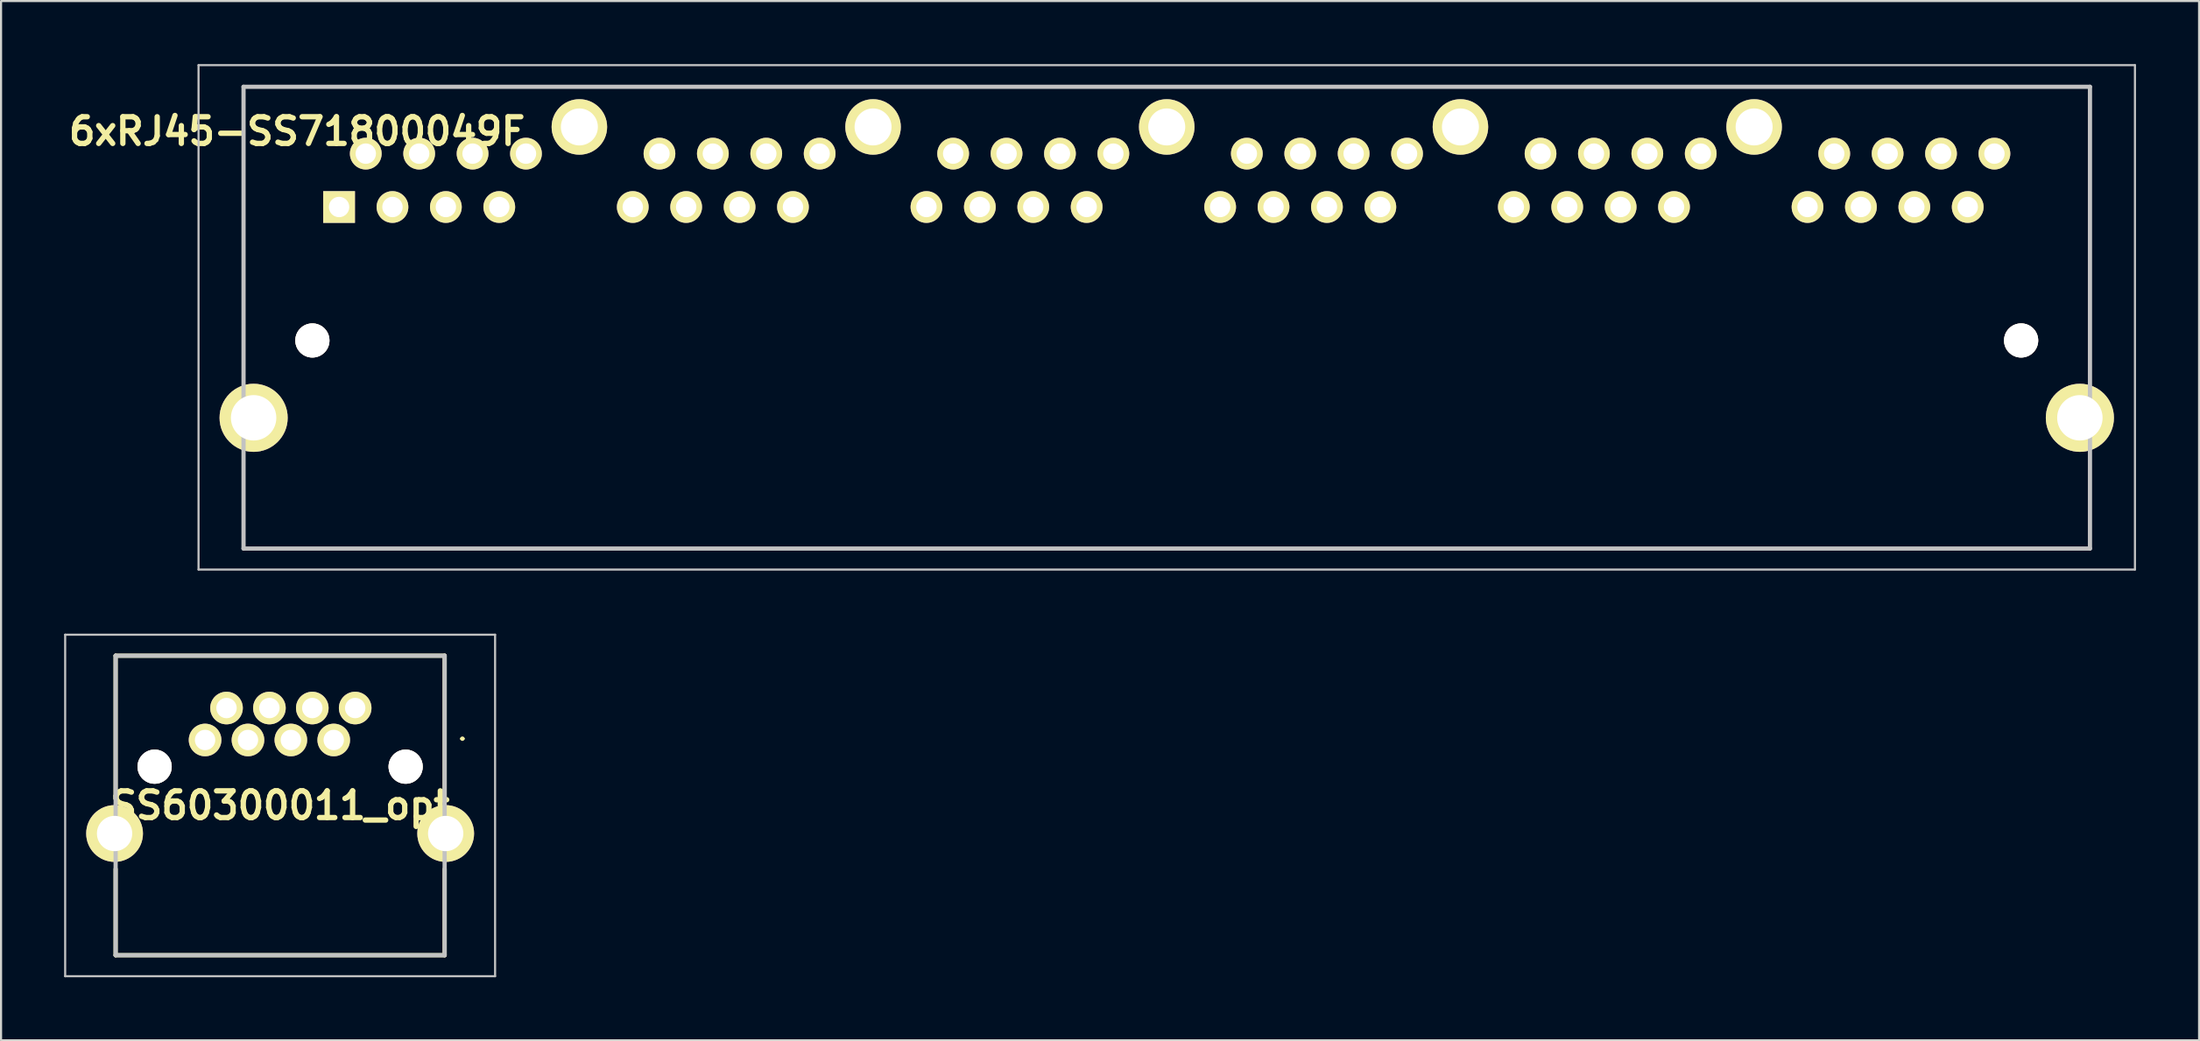
<source format=kicad_pcb>
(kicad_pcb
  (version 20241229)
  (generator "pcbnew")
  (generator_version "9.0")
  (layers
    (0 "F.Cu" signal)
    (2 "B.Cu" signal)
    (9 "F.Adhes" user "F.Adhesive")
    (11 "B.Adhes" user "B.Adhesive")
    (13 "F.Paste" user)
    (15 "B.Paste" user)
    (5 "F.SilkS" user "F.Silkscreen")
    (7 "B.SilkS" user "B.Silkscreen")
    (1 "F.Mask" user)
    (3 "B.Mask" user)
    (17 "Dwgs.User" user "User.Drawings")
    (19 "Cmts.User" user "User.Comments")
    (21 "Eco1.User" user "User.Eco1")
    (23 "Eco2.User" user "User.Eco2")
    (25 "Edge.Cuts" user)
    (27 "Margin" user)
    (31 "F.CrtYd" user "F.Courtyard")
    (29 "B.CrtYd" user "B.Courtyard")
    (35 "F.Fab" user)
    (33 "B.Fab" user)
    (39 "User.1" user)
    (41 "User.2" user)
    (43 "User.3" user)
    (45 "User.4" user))
  (footprint "6xRJ45-SS71800049F"
    (layer "F.Cu")
    (at 13.079 6.8)
    (property "Reference" "6xRJ45-SS71800049F" (at -2 -3.6 0) (layer "F.SilkS") (effects (font (size 1.27 1.27) (thickness 0.254))))
    (attr through_hole)
    (fp_line (start -4.545 -5.75) (end -4.545 -5.72) (stroke (width 0.1) (type solid)) (layer "F.SilkS"))
    (fp_line (start -4.545 -5.72) (end -4.545 -5.72) (stroke (width 0.1) (type solid)) (layer "F.SilkS"))
    (fp_line (start -4.545 -5.72) (end -4.545 7) (stroke (width 0.1) (type solid)) (layer "F.SilkS"))
    (fp_line (start -4.545 -5.72) (end 83.25 -5.72) (stroke (width 0.1) (type solid)) (layer "F.SilkS"))
    (fp_line (start -4.545 7) (end -4.545 -5.72) (stroke (width 0.1) (type solid)) (layer "F.SilkS"))
    (fp_line (start -4.545 7) (end -4.545 7) (stroke (width 0.1) (type solid)) (layer "F.SilkS"))
    (fp_line (start -4.545 12.5) (end -4.545 12.5) (stroke (width 0.1) (type solid)) (layer "F.SilkS"))
    (fp_line (start -4.545 12.5) (end -4.545 16.25) (stroke (width 0.1) (type solid)) (layer "F.SilkS"))
    (fp_line (start -4.545 16.25) (end -4.545 12.5) (stroke (width 0.1) (type solid)) (layer "F.SilkS"))
    (fp_line (start -4.545 16.25) (end -4.545 16.25) (stroke (width 0.1) (type solid)) (layer "F.SilkS"))
    (fp_line (start -4.5 16.25) (end -4.5 16.25) (stroke (width 0.1) (type solid)) (layer "F.SilkS"))
    (fp_line (start -4.5 16.25) (end 83.285 16.25) (stroke (width 0.1) (type solid)) (layer "F.SilkS"))
    (fp_line (start 83.25 -5.75) (end -4.545 -5.75) (stroke (width 0.1) (type solid)) (layer "F.SilkS"))
    (fp_line (start 83.25 -5.72) (end 83.25 -5.75) (stroke (width 0.1) (type solid)) (layer "F.SilkS"))
    (fp_line (start 83.25 -5.72) (end 83.285 -5.72) (stroke (width 0.1) (type solid)) (layer "F.SilkS"))
    (fp_line (start 83.25 7.5) (end 83.25 -5.72) (stroke (width 0.1) (type solid)) (layer "F.SilkS"))
    (fp_line (start 83.285 -5.72) (end 83.285 7.5) (stroke (width 0.1) (type solid)) (layer "F.SilkS"))
    (fp_line (start 83.285 7.5) (end 83.25 7.5) (stroke (width 0.1) (type solid)) (layer "F.SilkS"))
    (fp_line (start 83.285 12.5) (end 83.285 12.5) (stroke (width 0.1) (type solid)) (layer "F.SilkS"))
    (fp_line (start 83.285 12.5) (end 83.285 16.25) (stroke (width 0.1) (type solid)) (layer "F.SilkS"))
    (fp_line (start 83.285 16.25) (end -4.5 16.25) (stroke (width 0.1) (type solid)) (layer "F.SilkS"))
    (fp_line (start 83.285 16.25) (end 83.285 12.5) (stroke (width 0.1) (type solid)) (layer "F.SilkS"))
    (fp_line (start 83.285 16.25) (end 83.285 16.25) (stroke (width 0.1) (type solid)) (layer "F.SilkS"))
    (fp_line (start 83.285 16.25) (end 83.285 16.25) (stroke (width 0.1) (type solid)) (layer "F.SilkS"))
    (fp_line (start -6.685 -6.75) (end 85.425 -6.75) (stroke (width 0.1) (type solid)) (layer "Dwgs.User"))
    (fp_line (start -6.685 17.25) (end -6.685 -6.75) (stroke (width 0.1) (type solid)) (layer "Dwgs.User"))
    (fp_line (start -4.545 -5.72) (end -4.545 16.25) (stroke (width 0.2) (type solid)) (layer "Dwgs.User"))
    (fp_line (start -4.545 16.25) (end 83.285 16.25) (stroke (width 0.2) (type solid)) (layer "Dwgs.User"))
    (fp_line (start 83.285 -5.72) (end -4.545 -5.72) (stroke (width 0.2) (type solid)) (layer "Dwgs.User"))
    (fp_line (start 83.285 16.25) (end 83.285 -5.72) (stroke (width 0.2) (type solid)) (layer "Dwgs.User"))
    (fp_line (start 85.425 -6.75) (end 85.425 17.25) (stroke (width 0.1) (type solid)) (layer "Dwgs.User"))
    (fp_line (start 85.425 17.25) (end -6.685 17.25) (stroke (width 0.1) (type solid)) (layer "Dwgs.User"))
    (pad "0" thru_hole circle (at -4.065 10.03 90) (size 3.24 3.24) (drill 2.16) (layers "*.Cu" "*.Mask" "F.SilkS"))
    (pad "0" thru_hole circle (at 11.43 -3.81 90) (size 2.64 2.64) (drill 1.76) (layers "*.Cu" "*.Mask" "F.SilkS"))
    (pad "0" thru_hole circle (at 25.4 -3.81 90) (size 2.64 2.64) (drill 1.76) (layers "*.Cu" "*.Mask" "F.SilkS"))
    (pad "0" thru_hole circle (at 39.37 -3.81 90) (size 2.64 2.64) (drill 1.76) (layers "*.Cu" "*.Mask" "F.SilkS"))
    (pad "0" thru_hole circle (at 53.34 -3.81 90) (size 2.64 2.64) (drill 1.76) (layers "*.Cu" "*.Mask" "F.SilkS"))
    (pad "0" thru_hole circle (at 67.31 -3.81 90) (size 2.64 2.64) (drill 1.76) (layers "*.Cu" "*.Mask" "F.SilkS"))
    (pad "0" thru_hole circle (at 82.805 10.03 90) (size 3.24 3.24) (drill 2.16) (layers "*.Cu" "*.Mask" "F.SilkS"))
    (pad "1" thru_hole rect (at 0 0 90) (size 1.509 1.509) (drill 0.97) (layers "*.Cu" "*.Mask" "F.SilkS"))
    (pad "2" thru_hole circle (at 1.27 -2.54 90) (size 1.509 1.509) (drill 0.97) (layers "*.Cu" "*.Mask" "F.SilkS"))
    (pad "3" thru_hole circle (at 2.54 0 90) (size 1.509 1.509) (drill 0.97) (layers "*.Cu" "*.Mask" "F.SilkS"))
    (pad "4" thru_hole circle (at 3.81 -2.54 90) (size 1.509 1.509) (drill 0.97) (layers "*.Cu" "*.Mask" "F.SilkS"))
    (pad "5" thru_hole circle (at 5.08 0 90) (size 1.509 1.509) (drill 0.97) (layers "*.Cu" "*.Mask" "F.SilkS"))
    (pad "6" thru_hole circle (at 6.35 -2.54 90) (size 1.509 1.509) (drill 0.97) (layers "*.Cu" "*.Mask" "F.SilkS"))
    (pad "7" thru_hole circle (at 7.62 0 90) (size 1.509 1.509) (drill 0.97) (layers "*.Cu" "*.Mask" "F.SilkS"))
    (pad "8" thru_hole circle (at 8.89 -2.54 90) (size 1.509 1.509) (drill 0.97) (layers "*.Cu" "*.Mask" "F.SilkS"))
    (pad "9" thru_hole circle (at 13.97 0 90) (size 1.509 1.509) (drill 0.97) (layers "*.Cu" "*.Mask" "F.SilkS"))
    (pad "10" thru_hole circle (at 15.24 -2.54 90) (size 1.509 1.509) (drill 0.97) (layers "*.Cu" "*.Mask" "F.SilkS"))
    (pad "11" thru_hole circle (at 16.51 0 90) (size 1.509 1.509) (drill 0.97) (layers "*.Cu" "*.Mask" "F.SilkS"))
    (pad "12" thru_hole circle (at 17.78 -2.54 90) (size 1.509 1.509) (drill 0.97) (layers "*.Cu" "*.Mask" "F.SilkS"))
    (pad "13" thru_hole circle (at 19.05 0 90) (size 1.509 1.509) (drill 0.97) (layers "*.Cu" "*.Mask" "F.SilkS"))
    (pad "14" thru_hole circle (at 20.32 -2.54 90) (size 1.509 1.509) (drill 0.97) (layers "*.Cu" "*.Mask" "F.SilkS"))
    (pad "15" thru_hole circle (at 21.59 0 90) (size 1.509 1.509) (drill 0.97) (layers "*.Cu" "*.Mask" "F.SilkS"))
    (pad "16" thru_hole circle (at 22.86 -2.54 90) (size 1.509 1.509) (drill 0.97) (layers "*.Cu" "*.Mask" "F.SilkS"))
    (pad "17" thru_hole circle (at 27.94 0 90) (size 1.509 1.509) (drill 0.97) (layers "*.Cu" "*.Mask" "F.SilkS"))
    (pad "18" thru_hole circle (at 29.21 -2.54 90) (size 1.509 1.509) (drill 0.97) (layers "*.Cu" "*.Mask" "F.SilkS"))
    (pad "19" thru_hole circle (at 30.48 0 90) (size 1.509 1.509) (drill 0.97) (layers "*.Cu" "*.Mask" "F.SilkS"))
    (pad "20" thru_hole circle (at 31.75 -2.54 90) (size 1.509 1.509) (drill 0.97) (layers "*.Cu" "*.Mask" "F.SilkS"))
    (pad "21" thru_hole circle (at 33.02 0 90) (size 1.509 1.509) (drill 0.97) (layers "*.Cu" "*.Mask" "F.SilkS"))
    (pad "22" thru_hole circle (at 34.29 -2.54 90) (size 1.509 1.509) (drill 0.97) (layers "*.Cu" "*.Mask" "F.SilkS"))
    (pad "23" thru_hole circle (at 35.56 0 90) (size 1.509 1.509) (drill 0.97) (layers "*.Cu" "*.Mask" "F.SilkS"))
    (pad "24" thru_hole circle (at 36.83 -2.54 90) (size 1.509 1.509) (drill 0.97) (layers "*.Cu" "*.Mask" "F.SilkS"))
    (pad "25" thru_hole circle (at 41.91 0 90) (size 1.509 1.509) (drill 0.97) (layers "*.Cu" "*.Mask" "F.SilkS"))
    (pad "26" thru_hole circle (at 43.18 -2.54 90) (size 1.509 1.509) (drill 0.97) (layers "*.Cu" "*.Mask" "F.SilkS"))
    (pad "27" thru_hole circle (at 44.45 0 90) (size 1.509 1.509) (drill 0.97) (layers "*.Cu" "*.Mask" "F.SilkS"))
    (pad "28" thru_hole circle (at 45.72 -2.54 90) (size 1.509 1.509) (drill 0.97) (layers "*.Cu" "*.Mask" "F.SilkS"))
    (pad "29" thru_hole circle (at 46.99 0 90) (size 1.509 1.509) (drill 0.97) (layers "*.Cu" "*.Mask" "F.SilkS"))
    (pad "30" thru_hole circle (at 48.26 -2.54 90) (size 1.509 1.509) (drill 0.97) (layers "*.Cu" "*.Mask" "F.SilkS"))
    (pad "31" thru_hole circle (at 49.53 0 90) (size 1.509 1.509) (drill 0.97) (layers "*.Cu" "*.Mask" "F.SilkS"))
    (pad "32" thru_hole circle (at 50.8 -2.54 90) (size 1.509 1.509) (drill 0.97) (layers "*.Cu" "*.Mask" "F.SilkS"))
    (pad "33" thru_hole circle (at 55.88 0 90) (size 1.509 1.509) (drill 0.97) (layers "*.Cu" "*.Mask" "F.SilkS"))
    (pad "34" thru_hole circle (at 57.15 -2.54 90) (size 1.509 1.509) (drill 0.97) (layers "*.Cu" "*.Mask" "F.SilkS"))
    (pad "35" thru_hole circle (at 58.42 0 90) (size 1.509 1.509) (drill 0.97) (layers "*.Cu" "*.Mask" "F.SilkS"))
    (pad "36" thru_hole circle (at 59.69 -2.54 90) (size 1.509 1.509) (drill 0.97) (layers "*.Cu" "*.Mask" "F.SilkS"))
    (pad "37" thru_hole circle (at 60.96 0 90) (size 1.509 1.509) (drill 0.97) (layers "*.Cu" "*.Mask" "F.SilkS"))
    (pad "38" thru_hole circle (at 62.23 -2.54 90) (size 1.509 1.509) (drill 0.97) (layers "*.Cu" "*.Mask" "F.SilkS"))
    (pad "39" thru_hole circle (at 63.5 0 90) (size 1.509 1.509) (drill 0.97) (layers "*.Cu" "*.Mask" "F.SilkS"))
    (pad "40" thru_hole circle (at 64.77 -2.54 90) (size 1.509 1.509) (drill 0.97) (layers "*.Cu" "*.Mask" "F.SilkS"))
    (pad "41" thru_hole circle (at 69.85 0 90) (size 1.509 1.509) (drill 0.97) (layers "*.Cu" "*.Mask" "F.SilkS"))
    (pad "42" thru_hole circle (at 71.12 -2.54 90) (size 1.509 1.509) (drill 0.97) (layers "*.Cu" "*.Mask" "F.SilkS"))
    (pad "43" thru_hole circle (at 72.39 0 90) (size 1.509 1.509) (drill 0.97) (layers "*.Cu" "*.Mask" "F.SilkS"))
    (pad "44" thru_hole circle (at 73.66 -2.54 90) (size 1.509 1.509) (drill 0.97) (layers "*.Cu" "*.Mask" "F.SilkS"))
    (pad "45" thru_hole circle (at 74.93 0 90) (size 1.509 1.509) (drill 0.97) (layers "*.Cu" "*.Mask" "F.SilkS"))
    (pad "46" thru_hole circle (at 76.2 -2.54 90) (size 1.509 1.509) (drill 0.97) (layers "*.Cu" "*.Mask" "F.SilkS"))
    (pad "47" thru_hole circle (at 77.47 0 90) (size 1.509 1.509) (drill 0.97) (layers "*.Cu" "*.Mask" "F.SilkS"))
    (pad "48" thru_hole circle (at 78.74 -2.54 90) (size 1.509 1.509) (drill 0.97) (layers "*.Cu" "*.Mask" "F.SilkS"))
    (pad "MH8" thru_hole circle (at -1.27 6.35 90) (size 1.625 1.625) (drill 3.25) (layers "*.Cu" "*.Mask" "F.SilkS"))
    (pad "MH9" thru_hole circle (at 80.01 6.35 90) (size 1.625 1.625) (drill 3.25) (layers "*.Cu" "*.Mask" "F.SilkS")))
  (footprint "SS60300011_opt"
    (layer "F.Cu")
    (at 12.825 32.16)
    (property "Reference" "SS60300011_opt" (at -2.55 3.115 0) (layer "F.SilkS") (effects (font (size 1.27 1.27) (thickness 0.254))))
    (attr through_hole)
    (fp_line (start -10.375 -4.01) (end -10.375 2.74) (stroke (width 0.2) (type solid)) (layer "F.SilkS"))
    (fp_line (start -10.375 -4.01) (end 5.275 -4.01) (stroke (width 0.2) (type solid)) (layer "F.SilkS"))
    (fp_line (start -10.375 10.24) (end -10.375 6.14) (stroke (width 0.2) (type solid)) (layer "F.SilkS"))
    (fp_line (start 5.275 -4.01) (end 5.275 2.74) (stroke (width 0.2) (type solid)) (layer "F.SilkS"))
    (fp_line (start 5.275 10.24) (end -10.375 10.24) (stroke (width 0.2) (type solid)) (layer "F.SilkS"))
    (fp_line (start 5.275 10.24) (end 5.275 6.14) (stroke (width 0.2) (type solid)) (layer "F.SilkS"))
    (fp_line (start 6.067 -0.062) (end 6.067 -0.062) (stroke (width 0.105) (type solid)) (layer "F.SilkS"))
    (fp_line (start 6.173 -0.062) (end 6.173 -0.062) (stroke (width 0.105) (type solid)) (layer "F.SilkS"))
    (fp_arc (start 6.066 -0.061) (mid 6.119 -0.115) (end 6.173 -0.062) (stroke (width 0.105) (type solid)) (layer "F.SilkS"))
    (fp_arc (start 6.172 -0.061) (mid 6.119 -0.009) (end 6.067 -0.062) (stroke (width 0.105) (type solid)) (layer "F.SilkS"))
    (fp_line (start -12.775 -5.01) (end 7.675 -5.01) (stroke (width 0.1) (type solid)) (layer "Dwgs.User"))
    (fp_line (start -12.775 11.24) (end -12.775 -5.01) (stroke (width 0.1) (type solid)) (layer "Dwgs.User"))
    (fp_line (start -10.375 -4.01) (end -10.375 10.24) (stroke (width 0.2) (type solid)) (layer "Dwgs.User"))
    (fp_line (start -10.375 10.24) (end 5.275 10.24) (stroke (width 0.2) (type solid)) (layer "Dwgs.User"))
    (fp_line (start 5.275 -4.01) (end -10.375 -4.01) (stroke (width 0.2) (type solid)) (layer "Dwgs.User"))
    (fp_line (start 5.275 10.24) (end 5.275 -4.01) (stroke (width 0.2) (type solid)) (layer "Dwgs.User"))
    (fp_line (start 7.675 -5.01) (end 7.675 11.24) (stroke (width 0.1) (type solid)) (layer "Dwgs.User"))
    (fp_line (start 7.675 11.24) (end -12.775 11.24) (stroke (width 0.1) (type solid)) (layer "Dwgs.User"))
    (pad "1" thru_hole circle (at 0 0 90) (size 1.55 1.55) (drill 0.97) (layers "*.Cu" "*.Mask" "F.SilkS"))
    (pad "2" thru_hole circle (at 1.02 -1.52 90) (size 1.55 1.55) (drill 0.97) (layers "*.Cu" "*.Mask" "F.SilkS"))
    (pad "3" thru_hole circle (at -1.02 -1.52 90) (size 1.55 1.55) (drill 0.97) (layers "*.Cu" "*.Mask" "F.SilkS"))
    (pad "4" thru_hole circle (at -3.06 -1.52 90) (size 1.55 1.55) (drill 0.97) (layers "*.Cu" "*.Mask" "F.SilkS"))
    (pad "5" thru_hole circle (at -2.04 0 90) (size 1.55 1.55) (drill 0.97) (layers "*.Cu" "*.Mask" "F.SilkS"))
    (pad "6" thru_hole circle (at -4.08 0 90) (size 1.55 1.55) (drill 0.97) (layers "*.Cu" "*.Mask" "F.SilkS"))
    (pad "7" thru_hole circle (at -6.12 0 90) (size 1.55 1.55) (drill 0.97) (layers "*.Cu" "*.Mask" "F.SilkS"))
    (pad "8" thru_hole circle (at -5.1 -1.52 90) (size 1.55 1.55) (drill 0.97) (layers "*.Cu" "*.Mask" "F.SilkS"))
    (pad "11" thru_hole circle (at -8.52 1.27 90) (size 1.625 1.625) (drill 3.25) (layers "*.Cu" "*.Mask" "F.SilkS"))
    (pad "12" thru_hole circle (at 3.42 1.27 90) (size 1.625 1.625) (drill 3.25) (layers "*.Cu" "*.Mask" "F.SilkS"))
    (pad "SH" thru_hole circle (at -10.425 4.45 90) (size 2.7 2.7) (drill 1.68) (layers "*.Cu" "*.Mask" "F.SilkS"))
    (pad "SH" thru_hole circle (at 5.325 4.45 90) (size 2.7 2.7) (drill 1.68) (layers "*.Cu" "*.Mask" "F.SilkS")))
  (gr_rect
    (start -3 -3)
    (end 101.554 46.45)
    (stroke (width 0.1) (type default))
    (fill no)
    (layer "Edge.Cuts")))
</source>
